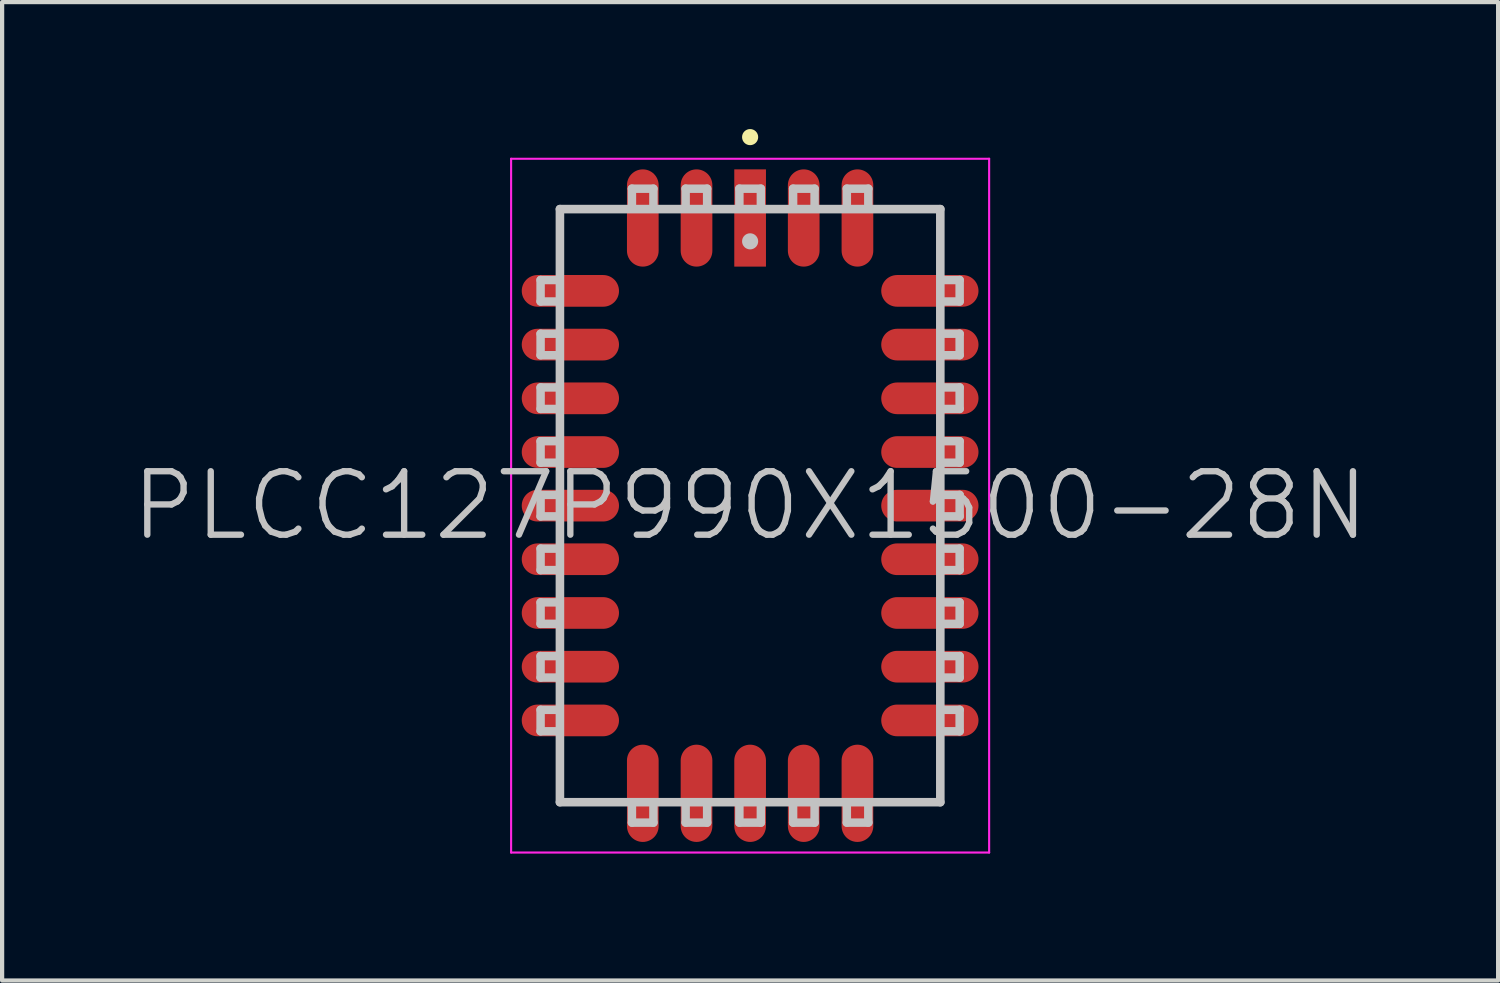
<source format=kicad_pcb>
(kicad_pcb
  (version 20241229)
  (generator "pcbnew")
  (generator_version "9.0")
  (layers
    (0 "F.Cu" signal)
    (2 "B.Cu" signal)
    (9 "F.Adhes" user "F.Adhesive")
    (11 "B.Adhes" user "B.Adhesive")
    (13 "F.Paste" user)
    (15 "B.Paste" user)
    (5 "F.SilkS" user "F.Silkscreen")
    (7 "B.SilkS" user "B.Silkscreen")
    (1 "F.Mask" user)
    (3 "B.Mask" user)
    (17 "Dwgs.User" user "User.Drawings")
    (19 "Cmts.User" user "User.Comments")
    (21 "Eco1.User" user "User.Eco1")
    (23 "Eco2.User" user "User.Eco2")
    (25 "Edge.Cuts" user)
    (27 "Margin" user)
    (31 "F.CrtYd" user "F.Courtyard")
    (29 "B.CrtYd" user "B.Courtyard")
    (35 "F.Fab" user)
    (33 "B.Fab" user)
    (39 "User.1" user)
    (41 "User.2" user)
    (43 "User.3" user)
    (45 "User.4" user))
  (footprint "PLCC127P990X1500-28N"
    (layer "F.Cu")
    (at 14.682 8.903)
    (property "Reference" "PLCC127P990X1500-28N" (at 0 0 0) (layer "Dwgs.User") (effects (font (size 1.5 1.5) (thickness 0.15))))
    (attr smd)
    (fp_line (start 0 -8.712) (end 0 -8.712) (stroke (width 0.381) (type solid)) (layer "F.SilkS"))
    (fp_line (start -4.953 -4.826) (end -4.953 -5.334) (stroke (width 0.2) (type solid)) (layer "Dwgs.User"))
    (fp_line (start -4.953 -3.556) (end -4.953 -4.064) (stroke (width 0.2) (type solid)) (layer "Dwgs.User"))
    (fp_line (start -4.953 -2.286) (end -4.953 -2.794) (stroke (width 0.2) (type solid)) (layer "Dwgs.User"))
    (fp_line (start -4.953 -1.016) (end -4.953 -1.524) (stroke (width 0.2) (type solid)) (layer "Dwgs.User"))
    (fp_line (start -4.953 0.254) (end -4.953 -0.254) (stroke (width 0.2) (type solid)) (layer "Dwgs.User"))
    (fp_line (start -4.953 1.524) (end -4.953 1.016) (stroke (width 0.2) (type solid)) (layer "Dwgs.User"))
    (fp_line (start -4.953 2.794) (end -4.953 2.286) (stroke (width 0.2) (type solid)) (layer "Dwgs.User"))
    (fp_line (start -4.953 4.064) (end -4.953 3.556) (stroke (width 0.2) (type solid)) (layer "Dwgs.User"))
    (fp_line (start -4.953 5.334) (end -4.953 4.826) (stroke (width 0.2) (type solid)) (layer "Dwgs.User"))
    (fp_line (start -4.572 -5.334) (end -4.953 -5.334) (stroke (width 0.2) (type solid)) (layer "Dwgs.User"))
    (fp_line (start -4.572 -4.826) (end -4.953 -4.826) (stroke (width 0.2) (type solid)) (layer "Dwgs.User"))
    (fp_line (start -4.572 -4.064) (end -4.953 -4.064) (stroke (width 0.2) (type solid)) (layer "Dwgs.User"))
    (fp_line (start -4.572 -3.556) (end -4.953 -3.556) (stroke (width 0.2) (type solid)) (layer "Dwgs.User"))
    (fp_line (start -4.572 -2.794) (end -4.953 -2.794) (stroke (width 0.2) (type solid)) (layer "Dwgs.User"))
    (fp_line (start -4.572 -2.286) (end -4.953 -2.286) (stroke (width 0.2) (type solid)) (layer "Dwgs.User"))
    (fp_line (start -4.572 -1.524) (end -4.953 -1.524) (stroke (width 0.2) (type solid)) (layer "Dwgs.User"))
    (fp_line (start -4.572 -1.016) (end -4.953 -1.016) (stroke (width 0.2) (type solid)) (layer "Dwgs.User"))
    (fp_line (start -4.572 -0.254) (end -4.953 -0.254) (stroke (width 0.2) (type solid)) (layer "Dwgs.User"))
    (fp_line (start -4.572 0.254) (end -4.953 0.254) (stroke (width 0.2) (type solid)) (layer "Dwgs.User"))
    (fp_line (start -4.572 1.016) (end -4.953 1.016) (stroke (width 0.2) (type solid)) (layer "Dwgs.User"))
    (fp_line (start -4.572 1.524) (end -4.953 1.524) (stroke (width 0.2) (type solid)) (layer "Dwgs.User"))
    (fp_line (start -4.572 2.286) (end -4.953 2.286) (stroke (width 0.2) (type solid)) (layer "Dwgs.User"))
    (fp_line (start -4.572 2.794) (end -4.953 2.794) (stroke (width 0.2) (type solid)) (layer "Dwgs.User"))
    (fp_line (start -4.572 3.556) (end -4.953 3.556) (stroke (width 0.2) (type solid)) (layer "Dwgs.User"))
    (fp_line (start -4.572 4.064) (end -4.953 4.064) (stroke (width 0.2) (type solid)) (layer "Dwgs.User"))
    (fp_line (start -4.572 4.826) (end -4.953 4.826) (stroke (width 0.2) (type solid)) (layer "Dwgs.User"))
    (fp_line (start -4.572 5.334) (end -4.953 5.334) (stroke (width 0.2) (type solid)) (layer "Dwgs.User"))
    (fp_line (start -4.496 -7.01) (end -4.496 7.01) (stroke (width 0.203) (type solid)) (layer "Dwgs.User"))
    (fp_line (start -4.496 -7.01) (end 4.496 -7.01) (stroke (width 0.203) (type solid)) (layer "Dwgs.User"))
    (fp_line (start -4.496 7.01) (end 4.496 7.01) (stroke (width 0.203) (type solid)) (layer "Dwgs.User"))
    (fp_line (start -2.794 -7.493) (end -2.286 -7.493) (stroke (width 0.2) (type solid)) (layer "Dwgs.User"))
    (fp_line (start -2.794 -7.112) (end -2.794 -7.493) (stroke (width 0.2) (type solid)) (layer "Dwgs.User"))
    (fp_line (start -2.794 7.112) (end -2.794 7.493) (stroke (width 0.2) (type solid)) (layer "Dwgs.User"))
    (fp_line (start -2.286 -7.112) (end -2.286 -7.493) (stroke (width 0.2) (type solid)) (layer "Dwgs.User"))
    (fp_line (start -2.286 7.112) (end -2.286 7.493) (stroke (width 0.2) (type solid)) (layer "Dwgs.User"))
    (fp_line (start -2.286 7.493) (end -2.794 7.493) (stroke (width 0.2) (type solid)) (layer "Dwgs.User"))
    (fp_line (start -1.524 -7.493) (end -1.016 -7.493) (stroke (width 0.2) (type solid)) (layer "Dwgs.User"))
    (fp_line (start -1.524 -7.112) (end -1.524 -7.493) (stroke (width 0.2) (type solid)) (layer "Dwgs.User"))
    (fp_line (start -1.524 7.112) (end -1.524 7.493) (stroke (width 0.2) (type solid)) (layer "Dwgs.User"))
    (fp_line (start -1.016 -7.112) (end -1.016 -7.493) (stroke (width 0.2) (type solid)) (layer "Dwgs.User"))
    (fp_line (start -1.016 7.112) (end -1.016 7.493) (stroke (width 0.2) (type solid)) (layer "Dwgs.User"))
    (fp_line (start -1.016 7.493) (end -1.524 7.493) (stroke (width 0.2) (type solid)) (layer "Dwgs.User"))
    (fp_line (start -0.254 -7.493) (end 0.254 -7.493) (stroke (width 0.2) (type solid)) (layer "Dwgs.User"))
    (fp_line (start -0.254 -7.112) (end -0.254 -7.493) (stroke (width 0.2) (type solid)) (layer "Dwgs.User"))
    (fp_line (start -0.254 7.112) (end -0.254 7.493) (stroke (width 0.2) (type solid)) (layer "Dwgs.User"))
    (fp_line (start 0 -6.248) (end 0 -6.248) (stroke (width 0.381) (type solid)) (layer "Dwgs.User"))
    (fp_line (start 0.254 -7.112) (end 0.254 -7.493) (stroke (width 0.2) (type solid)) (layer "Dwgs.User"))
    (fp_line (start 0.254 7.112) (end 0.254 7.493) (stroke (width 0.2) (type solid)) (layer "Dwgs.User"))
    (fp_line (start 0.254 7.493) (end -0.254 7.493) (stroke (width 0.2) (type solid)) (layer "Dwgs.User"))
    (fp_line (start 1.016 -7.493) (end 1.524 -7.493) (stroke (width 0.2) (type solid)) (layer "Dwgs.User"))
    (fp_line (start 1.016 -7.112) (end 1.016 -7.493) (stroke (width 0.2) (type solid)) (layer "Dwgs.User"))
    (fp_line (start 1.016 7.112) (end 1.016 7.493) (stroke (width 0.2) (type solid)) (layer "Dwgs.User"))
    (fp_line (start 1.524 -7.112) (end 1.524 -7.493) (stroke (width 0.2) (type solid)) (layer "Dwgs.User"))
    (fp_line (start 1.524 7.112) (end 1.524 7.493) (stroke (width 0.2) (type solid)) (layer "Dwgs.User"))
    (fp_line (start 1.524 7.493) (end 1.016 7.493) (stroke (width 0.2) (type solid)) (layer "Dwgs.User"))
    (fp_line (start 2.286 -7.493) (end 2.794 -7.493) (stroke (width 0.2) (type solid)) (layer "Dwgs.User"))
    (fp_line (start 2.286 -7.112) (end 2.286 -7.493) (stroke (width 0.2) (type solid)) (layer "Dwgs.User"))
    (fp_line (start 2.286 7.112) (end 2.286 7.493) (stroke (width 0.2) (type solid)) (layer "Dwgs.User"))
    (fp_line (start 2.794 -7.112) (end 2.794 -7.493) (stroke (width 0.2) (type solid)) (layer "Dwgs.User"))
    (fp_line (start 2.794 7.112) (end 2.794 7.493) (stroke (width 0.2) (type solid)) (layer "Dwgs.User"))
    (fp_line (start 2.794 7.493) (end 2.286 7.493) (stroke (width 0.2) (type solid)) (layer "Dwgs.User"))
    (fp_line (start 4.496 -7.01) (end 4.496 7.01) (stroke (width 0.203) (type solid)) (layer "Dwgs.User"))
    (fp_line (start 4.572 -5.334) (end 4.953 -5.334) (stroke (width 0.2) (type solid)) (layer "Dwgs.User"))
    (fp_line (start 4.572 -4.826) (end 4.953 -4.826) (stroke (width 0.2) (type solid)) (layer "Dwgs.User"))
    (fp_line (start 4.572 -4.064) (end 4.953 -4.064) (stroke (width 0.2) (type solid)) (layer "Dwgs.User"))
    (fp_line (start 4.572 -3.556) (end 4.953 -3.556) (stroke (width 0.2) (type solid)) (layer "Dwgs.User"))
    (fp_line (start 4.572 -2.794) (end 4.953 -2.794) (stroke (width 0.2) (type solid)) (layer "Dwgs.User"))
    (fp_line (start 4.572 -2.286) (end 4.953 -2.286) (stroke (width 0.2) (type solid)) (layer "Dwgs.User"))
    (fp_line (start 4.572 -1.524) (end 4.953 -1.524) (stroke (width 0.2) (type solid)) (layer "Dwgs.User"))
    (fp_line (start 4.572 -1.016) (end 4.953 -1.016) (stroke (width 0.2) (type solid)) (layer "Dwgs.User"))
    (fp_line (start 4.572 -0.254) (end 4.953 -0.254) (stroke (width 0.2) (type solid)) (layer "Dwgs.User"))
    (fp_line (start 4.572 0.254) (end 4.953 0.254) (stroke (width 0.2) (type solid)) (layer "Dwgs.User"))
    (fp_line (start 4.572 1.016) (end 4.953 1.016) (stroke (width 0.2) (type solid)) (layer "Dwgs.User"))
    (fp_line (start 4.572 1.524) (end 4.953 1.524) (stroke (width 0.2) (type solid)) (layer "Dwgs.User"))
    (fp_line (start 4.572 2.286) (end 4.953 2.286) (stroke (width 0.2) (type solid)) (layer "Dwgs.User"))
    (fp_line (start 4.572 2.794) (end 4.953 2.794) (stroke (width 0.2) (type solid)) (layer "Dwgs.User"))
    (fp_line (start 4.572 3.556) (end 4.953 3.556) (stroke (width 0.2) (type solid)) (layer "Dwgs.User"))
    (fp_line (start 4.572 4.064) (end 4.953 4.064) (stroke (width 0.2) (type solid)) (layer "Dwgs.User"))
    (fp_line (start 4.572 4.826) (end 4.953 4.826) (stroke (width 0.2) (type solid)) (layer "Dwgs.User"))
    (fp_line (start 4.572 5.334) (end 4.953 5.334) (stroke (width 0.2) (type solid)) (layer "Dwgs.User"))
    (fp_line (start 4.953 -5.334) (end 4.953 -4.826) (stroke (width 0.2) (type solid)) (layer "Dwgs.User"))
    (fp_line (start 4.953 -4.064) (end 4.953 -3.556) (stroke (width 0.2) (type solid)) (layer "Dwgs.User"))
    (fp_line (start 4.953 -2.794) (end 4.953 -2.286) (stroke (width 0.2) (type solid)) (layer "Dwgs.User"))
    (fp_line (start 4.953 -1.524) (end 4.953 -1.016) (stroke (width 0.2) (type solid)) (layer "Dwgs.User"))
    (fp_line (start 4.953 -0.254) (end 4.953 0.254) (stroke (width 0.2) (type solid)) (layer "Dwgs.User"))
    (fp_line (start 4.953 1.016) (end 4.953 1.524) (stroke (width 0.2) (type solid)) (layer "Dwgs.User"))
    (fp_line (start 4.953 2.286) (end 4.953 2.794) (stroke (width 0.2) (type solid)) (layer "Dwgs.User"))
    (fp_line (start 4.953 3.556) (end 4.953 4.064) (stroke (width 0.2) (type solid)) (layer "Dwgs.User"))
    (fp_line (start 4.953 4.826) (end 4.953 5.334) (stroke (width 0.2) (type solid)) (layer "Dwgs.User"))
    (fp_line (start -5.65 -8.2) (end -5.65 8.2) (stroke (width 0.05) (type solid)) (layer "F.CrtYd"))
    (fp_line (start -5.65 -8.2) (end 5.65 -8.2) (stroke (width 0.05) (type solid)) (layer "F.CrtYd"))
    (fp_line (start -5.65 8.2) (end 5.65 8.2) (stroke (width 0.05) (type solid)) (layer "F.CrtYd"))
    (fp_line (start 5.65 -8.2) (end 5.65 8.2) (stroke (width 0.05) (type solid)) (layer "F.CrtYd"))
    (pad "1" smd rect (at 0 -6.8) (size 0.749 2.299) (layers "F.Cu" "F.Mask" "F.Paste"))
    (pad "2" smd oval (at -1.267 -6.8) (size 0.749 2.299) (layers "F.Cu" "F.Mask" "F.Paste"))
    (pad "3" smd oval (at -2.537 -6.8) (size 0.749 2.299) (layers "F.Cu" "F.Mask" "F.Paste"))
    (pad "4" smd oval (at -4.249 -5.077 90) (size 0.749 2.299) (layers "F.Cu" "F.Mask" "F.Paste"))
    (pad "5" smd oval (at -4.249 -3.807 90) (size 0.749 2.299) (layers "F.Cu" "F.Mask" "F.Paste"))
    (pad "6" smd oval (at -4.249 -2.537 90) (size 0.749 2.299) (layers "F.Cu" "F.Mask" "F.Paste"))
    (pad "7" smd oval (at -4.249 -1.267 90) (size 0.749 2.299) (layers "F.Cu" "F.Mask" "F.Paste"))
    (pad "8" smd oval (at -4.249 0 90) (size 0.749 2.299) (layers "F.Cu" "F.Mask" "F.Paste"))
    (pad "9" smd oval (at -4.249 1.267 90) (size 0.749 2.299) (layers "F.Cu" "F.Mask" "F.Paste"))
    (pad "10" smd oval (at -4.249 2.537 90) (size 0.749 2.299) (layers "F.Cu" "F.Mask" "F.Paste"))
    (pad "11" smd oval (at -4.249 3.807 90) (size 0.749 2.299) (layers "F.Cu" "F.Mask" "F.Paste"))
    (pad "12" smd oval (at -4.249 5.077 90) (size 0.749 2.299) (layers "F.Cu" "F.Mask" "F.Paste"))
    (pad "13" smd oval (at -2.537 6.8 180) (size 0.749 2.299) (layers "F.Cu" "F.Mask" "F.Paste"))
    (pad "14" smd oval (at -1.267 6.8 180) (size 0.749 2.299) (layers "F.Cu" "F.Mask" "F.Paste"))
    (pad "15" smd oval (at 0 6.8 180) (size 0.749 2.299) (layers "F.Cu" "F.Mask" "F.Paste"))
    (pad "16" smd oval (at 1.267 6.8 180) (size 0.749 2.299) (layers "F.Cu" "F.Mask" "F.Paste"))
    (pad "17" smd oval (at 2.537 6.8 180) (size 0.749 2.299) (layers "F.Cu" "F.Mask" "F.Paste"))
    (pad "18" smd oval (at 4.249 5.077 270) (size 0.749 2.299) (layers "F.Cu" "F.Mask" "F.Paste"))
    (pad "19" smd oval (at 4.249 3.807 270) (size 0.749 2.299) (layers "F.Cu" "F.Mask" "F.Paste"))
    (pad "20" smd oval (at 4.249 2.537 270) (size 0.749 2.299) (layers "F.Cu" "F.Mask" "F.Paste"))
    (pad "21" smd oval (at 4.249 1.267 270) (size 0.749 2.299) (layers "F.Cu" "F.Mask" "F.Paste"))
    (pad "22" smd oval (at 4.249 0 270) (size 0.749 2.299) (layers "F.Cu" "F.Mask" "F.Paste"))
    (pad "23" smd oval (at 4.249 -1.267 270) (size 0.749 2.299) (layers "F.Cu" "F.Mask" "F.Paste"))
    (pad "24" smd oval (at 4.249 -2.537 270) (size 0.749 2.299) (layers "F.Cu" "F.Mask" "F.Paste"))
    (pad "25" smd oval (at 4.249 -3.807 270) (size 0.749 2.299) (layers "F.Cu" "F.Mask" "F.Paste"))
    (pad "26" smd oval (at 4.249 -5.077 270) (size 0.749 2.299) (layers "F.Cu" "F.Mask" "F.Paste"))
    (pad "27" smd oval (at 2.537 -6.8) (size 0.749 2.299) (layers "F.Cu" "F.Mask" "F.Paste"))
    (pad "28" smd oval (at 1.267 -6.8) (size 0.749 2.299) (layers "F.Cu" "F.Mask" "F.Paste")))
  (gr_rect
    (start -3 -3)
    (end 32.364 20.128)
    (stroke (width 0.1) (type default))
    (fill no)
    (layer "Edge.Cuts")))
</source>
